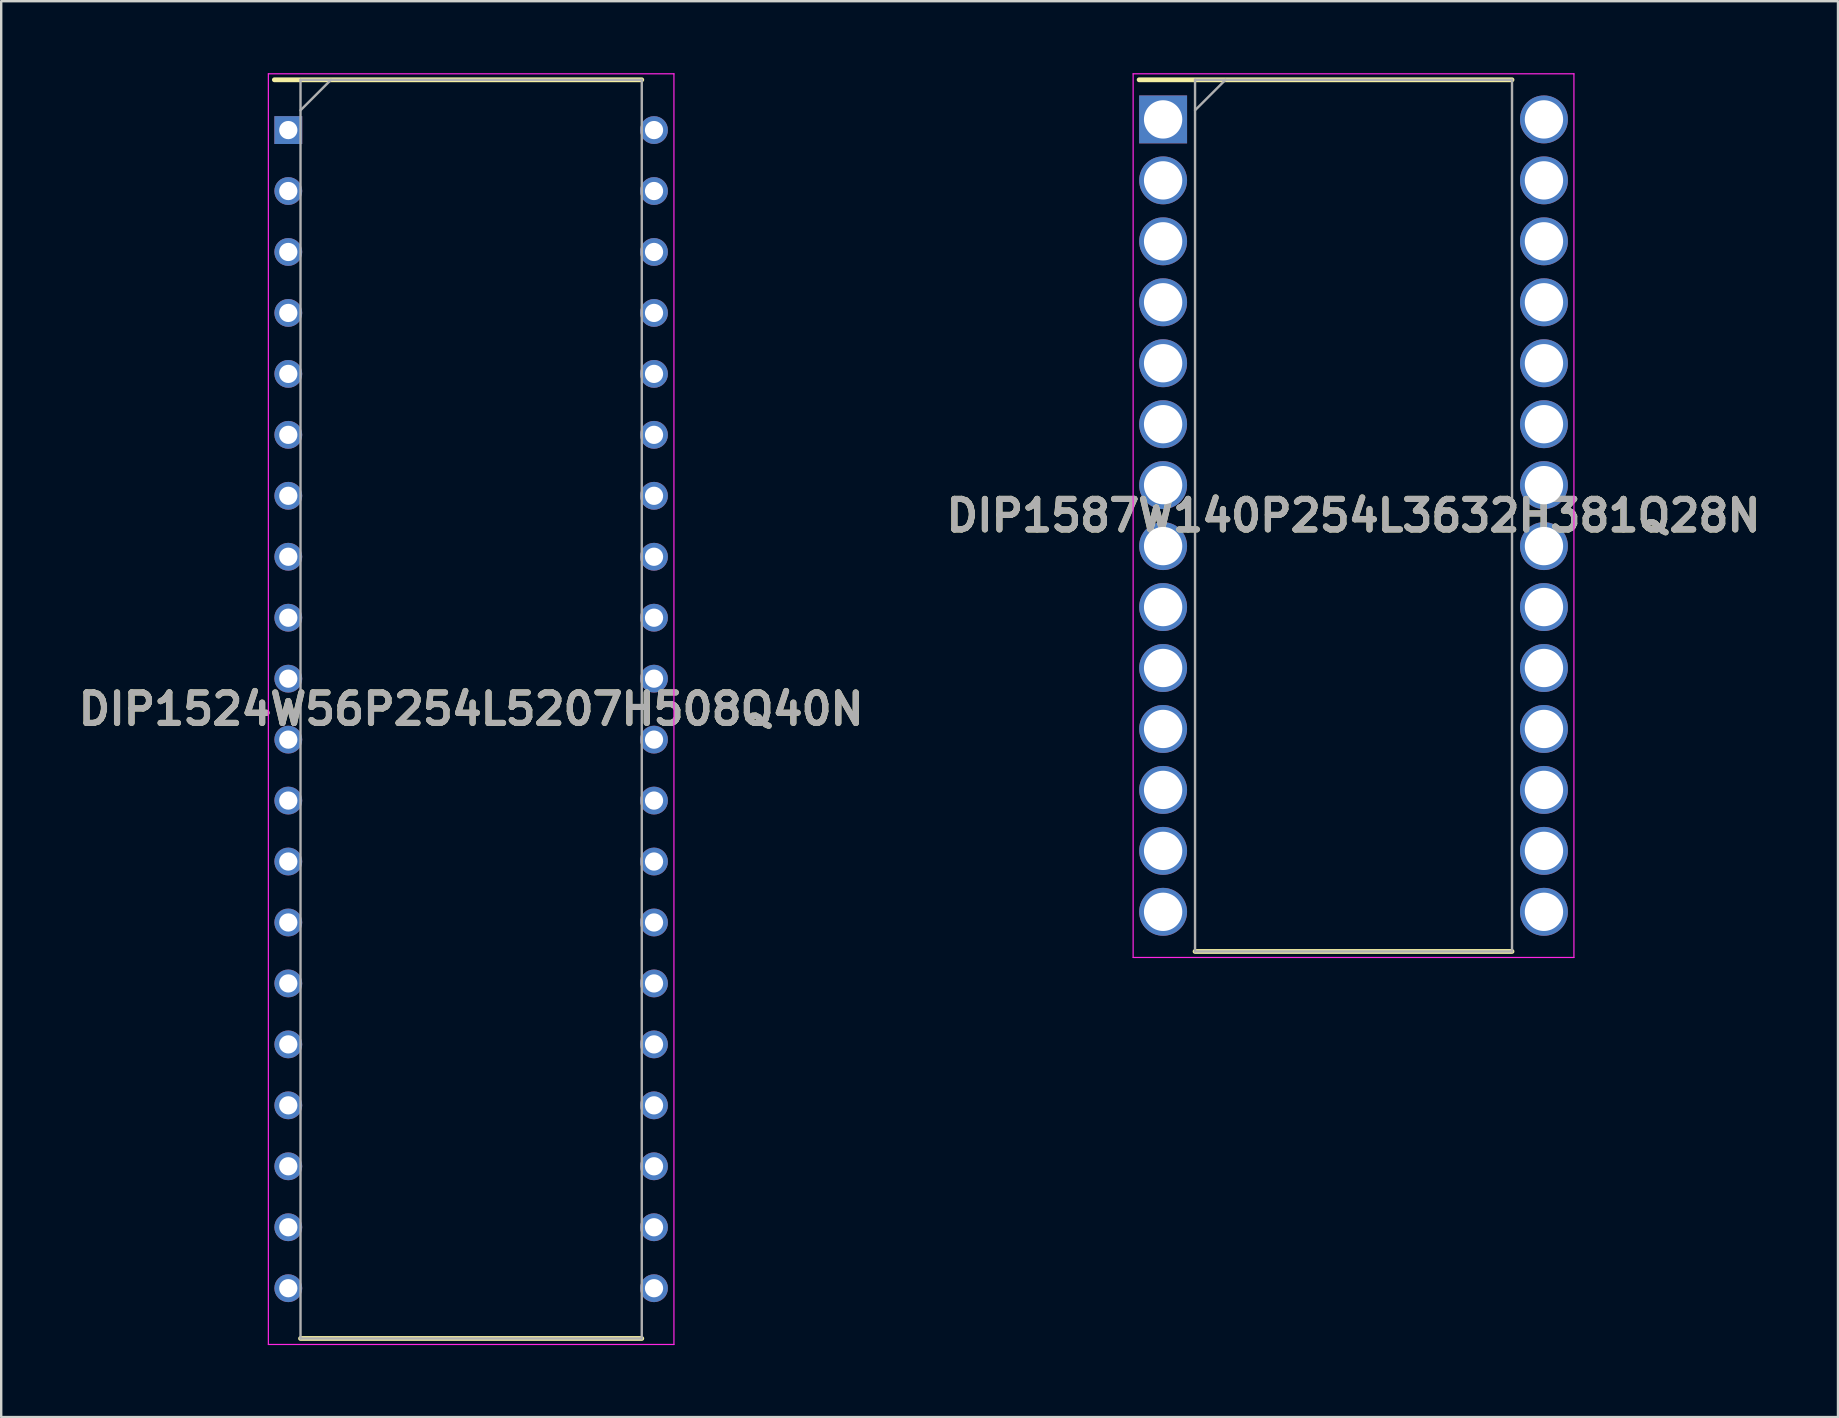
<source format=kicad_pcb>
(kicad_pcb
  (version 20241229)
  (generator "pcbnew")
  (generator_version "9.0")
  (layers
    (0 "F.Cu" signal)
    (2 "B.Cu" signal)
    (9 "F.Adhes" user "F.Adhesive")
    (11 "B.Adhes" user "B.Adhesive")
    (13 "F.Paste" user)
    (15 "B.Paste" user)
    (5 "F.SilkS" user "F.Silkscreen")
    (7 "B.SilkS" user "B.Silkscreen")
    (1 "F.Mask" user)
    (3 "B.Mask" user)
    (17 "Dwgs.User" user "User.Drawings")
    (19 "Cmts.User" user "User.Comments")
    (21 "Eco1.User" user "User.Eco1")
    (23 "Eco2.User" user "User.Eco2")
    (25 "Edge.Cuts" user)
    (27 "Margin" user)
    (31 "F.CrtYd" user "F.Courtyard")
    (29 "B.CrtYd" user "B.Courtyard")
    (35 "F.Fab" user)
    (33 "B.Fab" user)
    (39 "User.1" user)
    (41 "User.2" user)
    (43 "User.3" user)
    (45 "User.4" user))
  (footprint "DIP1524W56P254L5207H508Q40N"
    (layer "F.Cu")
    (at 16.583 26.5)
    (property "Reference" "DIP1524W56P254L5207H508Q40N" (at 0 0 0) (layer "F.SilkS") (effects (font (size 1.27 1.27) (thickness 0.254))))
    (attr through_hole)
    (fp_line (start -8.2 -26.225) (end 7.11 -26.225) (stroke (width 0.2) (type solid)) (layer "F.SilkS"))
    (fp_line (start -7.11 26.225) (end 7.11 26.225) (stroke (width 0.2) (type solid)) (layer "F.SilkS"))
    (fp_line (start -8.45 -26.475) (end 8.45 -26.475) (stroke (width 0.05) (type solid)) (layer "F.CrtYd"))
    (fp_line (start -8.45 26.475) (end -8.45 -26.475) (stroke (width 0.05) (type solid)) (layer "F.CrtYd"))
    (fp_line (start 8.45 -26.475) (end 8.45 26.475) (stroke (width 0.05) (type solid)) (layer "F.CrtYd"))
    (fp_line (start 8.45 26.475) (end -8.45 26.475) (stroke (width 0.05) (type solid)) (layer "F.CrtYd"))
    (fp_line (start -7.11 -26.225) (end 7.11 -26.225) (stroke (width 0.1) (type solid)) (layer "F.Fab"))
    (fp_line (start -7.11 -24.955) (end -5.84 -26.225) (stroke (width 0.1) (type solid)) (layer "F.Fab"))
    (fp_line (start -7.11 26.225) (end -7.11 -26.225) (stroke (width 0.1) (type solid)) (layer "F.Fab"))
    (fp_line (start 7.11 -26.225) (end 7.11 26.225) (stroke (width 0.1) (type solid)) (layer "F.Fab"))
    (fp_line (start 7.11 26.225) (end -7.11 26.225) (stroke (width 0.1) (type solid)) (layer "F.Fab"))
    (fp_text user "${REFERENCE}" (at 0 0 0) (layer "F.Fab") (effects (font (size 1.27 1.27) (thickness 0.254))))
    (pad "1" thru_hole rect (at -7.62 -24.13) (size 1.16 1.16) (drill 0.76) (layers "*.Cu" "*.Mask"))
    (pad "2" thru_hole circle (at -7.62 -21.59) (size 1.16 1.16) (drill 0.76) (layers "*.Cu" "*.Mask"))
    (pad "3" thru_hole circle (at -7.62 -19.05) (size 1.16 1.16) (drill 0.76) (layers "*.Cu" "*.Mask"))
    (pad "4" thru_hole circle (at -7.62 -16.51) (size 1.16 1.16) (drill 0.76) (layers "*.Cu" "*.Mask"))
    (pad "5" thru_hole circle (at -7.62 -13.97) (size 1.16 1.16) (drill 0.76) (layers "*.Cu" "*.Mask"))
    (pad "6" thru_hole circle (at -7.62 -11.43) (size 1.16 1.16) (drill 0.76) (layers "*.Cu" "*.Mask"))
    (pad "7" thru_hole circle (at -7.62 -8.89) (size 1.16 1.16) (drill 0.76) (layers "*.Cu" "*.Mask"))
    (pad "8" thru_hole circle (at -7.62 -6.35) (size 1.16 1.16) (drill 0.76) (layers "*.Cu" "*.Mask"))
    (pad "9" thru_hole circle (at -7.62 -3.81) (size 1.16 1.16) (drill 0.76) (layers "*.Cu" "*.Mask"))
    (pad "10" thru_hole circle (at -7.62 -1.27) (size 1.16 1.16) (drill 0.76) (layers "*.Cu" "*.Mask"))
    (pad "11" thru_hole circle (at -7.62 1.27) (size 1.16 1.16) (drill 0.76) (layers "*.Cu" "*.Mask"))
    (pad "12" thru_hole circle (at -7.62 3.81) (size 1.16 1.16) (drill 0.76) (layers "*.Cu" "*.Mask"))
    (pad "13" thru_hole circle (at -7.62 6.35) (size 1.16 1.16) (drill 0.76) (layers "*.Cu" "*.Mask"))
    (pad "14" thru_hole circle (at -7.62 8.89) (size 1.16 1.16) (drill 0.76) (layers "*.Cu" "*.Mask"))
    (pad "15" thru_hole circle (at -7.62 11.43) (size 1.16 1.16) (drill 0.76) (layers "*.Cu" "*.Mask"))
    (pad "16" thru_hole circle (at -7.62 13.97) (size 1.16 1.16) (drill 0.76) (layers "*.Cu" "*.Mask"))
    (pad "17" thru_hole circle (at -7.62 16.51) (size 1.16 1.16) (drill 0.76) (layers "*.Cu" "*.Mask"))
    (pad "18" thru_hole circle (at -7.62 19.05) (size 1.16 1.16) (drill 0.76) (layers "*.Cu" "*.Mask"))
    (pad "19" thru_hole circle (at -7.62 21.59) (size 1.16 1.16) (drill 0.76) (layers "*.Cu" "*.Mask"))
    (pad "20" thru_hole circle (at -7.62 24.13) (size 1.16 1.16) (drill 0.76) (layers "*.Cu" "*.Mask"))
    (pad "21" thru_hole circle (at 7.62 24.13) (size 1.16 1.16) (drill 0.76) (layers "*.Cu" "*.Mask"))
    (pad "22" thru_hole circle (at 7.62 21.59) (size 1.16 1.16) (drill 0.76) (layers "*.Cu" "*.Mask"))
    (pad "23" thru_hole circle (at 7.62 19.05) (size 1.16 1.16) (drill 0.76) (layers "*.Cu" "*.Mask"))
    (pad "24" thru_hole circle (at 7.62 16.51) (size 1.16 1.16) (drill 0.76) (layers "*.Cu" "*.Mask"))
    (pad "25" thru_hole circle (at 7.62 13.97) (size 1.16 1.16) (drill 0.76) (layers "*.Cu" "*.Mask"))
    (pad "26" thru_hole circle (at 7.62 11.43) (size 1.16 1.16) (drill 0.76) (layers "*.Cu" "*.Mask"))
    (pad "27" thru_hole circle (at 7.62 8.89) (size 1.16 1.16) (drill 0.76) (layers "*.Cu" "*.Mask"))
    (pad "28" thru_hole circle (at 7.62 6.35) (size 1.16 1.16) (drill 0.76) (layers "*.Cu" "*.Mask"))
    (pad "29" thru_hole circle (at 7.62 3.81) (size 1.16 1.16) (drill 0.76) (layers "*.Cu" "*.Mask"))
    (pad "30" thru_hole circle (at 7.62 1.27) (size 1.16 1.16) (drill 0.76) (layers "*.Cu" "*.Mask"))
    (pad "31" thru_hole circle (at 7.62 -1.27) (size 1.16 1.16) (drill 0.76) (layers "*.Cu" "*.Mask"))
    (pad "32" thru_hole circle (at 7.62 -3.81) (size 1.16 1.16) (drill 0.76) (layers "*.Cu" "*.Mask"))
    (pad "33" thru_hole circle (at 7.62 -6.35) (size 1.16 1.16) (drill 0.76) (layers "*.Cu" "*.Mask"))
    (pad "34" thru_hole circle (at 7.62 -8.89) (size 1.16 1.16) (drill 0.76) (layers "*.Cu" "*.Mask"))
    (pad "35" thru_hole circle (at 7.62 -11.43) (size 1.16 1.16) (drill 0.76) (layers "*.Cu" "*.Mask"))
    (pad "36" thru_hole circle (at 7.62 -13.97) (size 1.16 1.16) (drill 0.76) (layers "*.Cu" "*.Mask"))
    (pad "37" thru_hole circle (at 7.62 -16.51) (size 1.16 1.16) (drill 0.76) (layers "*.Cu" "*.Mask"))
    (pad "38" thru_hole circle (at 7.62 -19.05) (size 1.16 1.16) (drill 0.76) (layers "*.Cu" "*.Mask"))
    (pad "39" thru_hole circle (at 7.62 -21.59) (size 1.16 1.16) (drill 0.76) (layers "*.Cu" "*.Mask"))
    (pad "40" thru_hole circle (at 7.62 -24.13) (size 1.16 1.16) (drill 0.76) (layers "*.Cu" "*.Mask")))
  (footprint "DIP1587W140P254L3632H381Q28N"
    (layer "F.Cu")
    (at 53.352 18.436)
    (property "Reference" "DIP1587W140P254L3632H381Q28N" (at 0 0 0) (layer "F.SilkS") (effects (font (size 1.27 1.27) (thickness 0.254))))
    (attr through_hole)
    (fp_line (start -8.934 -18.161) (end 6.604 -18.161) (stroke (width 0.2) (type solid)) (layer "F.SilkS"))
    (fp_line (start -6.604 18.161) (end 6.604 18.161) (stroke (width 0.2) (type solid)) (layer "F.SilkS"))
    (fp_line (start -9.184 -18.411) (end 9.184 -18.411) (stroke (width 0.05) (type solid)) (layer "F.CrtYd"))
    (fp_line (start -9.184 18.411) (end -9.184 -18.411) (stroke (width 0.05) (type solid)) (layer "F.CrtYd"))
    (fp_line (start 9.184 -18.411) (end 9.184 18.411) (stroke (width 0.05) (type solid)) (layer "F.CrtYd"))
    (fp_line (start 9.184 18.411) (end -9.184 18.411) (stroke (width 0.05) (type solid)) (layer "F.CrtYd"))
    (fp_line (start -6.604 -18.161) (end 6.604 -18.161) (stroke (width 0.1) (type solid)) (layer "F.Fab"))
    (fp_line (start -6.604 -16.891) (end -5.334 -18.161) (stroke (width 0.1) (type solid)) (layer "F.Fab"))
    (fp_line (start -6.604 18.161) (end -6.604 -18.161) (stroke (width 0.1) (type solid)) (layer "F.Fab"))
    (fp_line (start 6.604 -18.161) (end 6.604 18.161) (stroke (width 0.1) (type solid)) (layer "F.Fab"))
    (fp_line (start 6.604 18.161) (end -6.604 18.161) (stroke (width 0.1) (type solid)) (layer "F.Fab"))
    (fp_text user "${REFERENCE}" (at 0 0 0) (layer "F.Fab") (effects (font (size 1.27 1.27) (thickness 0.254))))
    (pad "1" thru_hole rect (at -7.935 -16.51) (size 1.997 1.997) (drill 1.597) (layers "*.Cu" "*.Mask"))
    (pad "2" thru_hole circle (at -7.935 -13.97) (size 1.997 1.997) (drill 1.597) (layers "*.Cu" "*.Mask"))
    (pad "3" thru_hole circle (at -7.935 -11.43) (size 1.997 1.997) (drill 1.597) (layers "*.Cu" "*.Mask"))
    (pad "4" thru_hole circle (at -7.935 -8.89) (size 1.997 1.997) (drill 1.597) (layers "*.Cu" "*.Mask"))
    (pad "5" thru_hole circle (at -7.935 -6.35) (size 1.997 1.997) (drill 1.597) (layers "*.Cu" "*.Mask"))
    (pad "6" thru_hole circle (at -7.935 -3.81) (size 1.997 1.997) (drill 1.597) (layers "*.Cu" "*.Mask"))
    (pad "7" thru_hole circle (at -7.935 -1.27) (size 1.997 1.997) (drill 1.597) (layers "*.Cu" "*.Mask"))
    (pad "8" thru_hole circle (at -7.935 1.27) (size 1.997 1.997) (drill 1.597) (layers "*.Cu" "*.Mask"))
    (pad "9" thru_hole circle (at -7.935 3.81) (size 1.997 1.997) (drill 1.597) (layers "*.Cu" "*.Mask"))
    (pad "10" thru_hole circle (at -7.935 6.35) (size 1.997 1.997) (drill 1.597) (layers "*.Cu" "*.Mask"))
    (pad "11" thru_hole circle (at -7.935 8.89) (size 1.997 1.997) (drill 1.597) (layers "*.Cu" "*.Mask"))
    (pad "12" thru_hole circle (at -7.935 11.43) (size 1.997 1.997) (drill 1.597) (layers "*.Cu" "*.Mask"))
    (pad "13" thru_hole circle (at -7.935 13.97) (size 1.997 1.997) (drill 1.597) (layers "*.Cu" "*.Mask"))
    (pad "14" thru_hole circle (at -7.935 16.51) (size 1.997 1.997) (drill 1.597) (layers "*.Cu" "*.Mask"))
    (pad "15" thru_hole circle (at 7.935 16.51) (size 1.997 1.997) (drill 1.597) (layers "*.Cu" "*.Mask"))
    (pad "16" thru_hole circle (at 7.935 13.97) (size 1.997 1.997) (drill 1.597) (layers "*.Cu" "*.Mask"))
    (pad "17" thru_hole circle (at 7.935 11.43) (size 1.997 1.997) (drill 1.597) (layers "*.Cu" "*.Mask"))
    (pad "18" thru_hole circle (at 7.935 8.89) (size 1.997 1.997) (drill 1.597) (layers "*.Cu" "*.Mask"))
    (pad "19" thru_hole circle (at 7.935 6.35) (size 1.997 1.997) (drill 1.597) (layers "*.Cu" "*.Mask"))
    (pad "20" thru_hole circle (at 7.935 3.81) (size 1.997 1.997) (drill 1.597) (layers "*.Cu" "*.Mask"))
    (pad "21" thru_hole circle (at 7.935 1.27) (size 1.997 1.997) (drill 1.597) (layers "*.Cu" "*.Mask"))
    (pad "22" thru_hole circle (at 7.935 -1.27) (size 1.997 1.997) (drill 1.597) (layers "*.Cu" "*.Mask"))
    (pad "23" thru_hole circle (at 7.935 -3.81) (size 1.997 1.997) (drill 1.597) (layers "*.Cu" "*.Mask"))
    (pad "24" thru_hole circle (at 7.935 -6.35) (size 1.997 1.997) (drill 1.597) (layers "*.Cu" "*.Mask"))
    (pad "25" thru_hole circle (at 7.935 -8.89) (size 1.997 1.997) (drill 1.597) (layers "*.Cu" "*.Mask"))
    (pad "26" thru_hole circle (at 7.935 -11.43) (size 1.997 1.997) (drill 1.597) (layers "*.Cu" "*.Mask"))
    (pad "27" thru_hole circle (at 7.935 -13.97) (size 1.997 1.997) (drill 1.597) (layers "*.Cu" "*.Mask"))
    (pad "28" thru_hole circle (at 7.935 -16.51) (size 1.997 1.997) (drill 1.597) (layers "*.Cu" "*.Mask")))
  (gr_rect
    (start -3 -3)
    (end 73.54 56)
    (stroke (width 0.1) (type default))
    (fill no)
    (layer "Edge.Cuts")))
</source>
